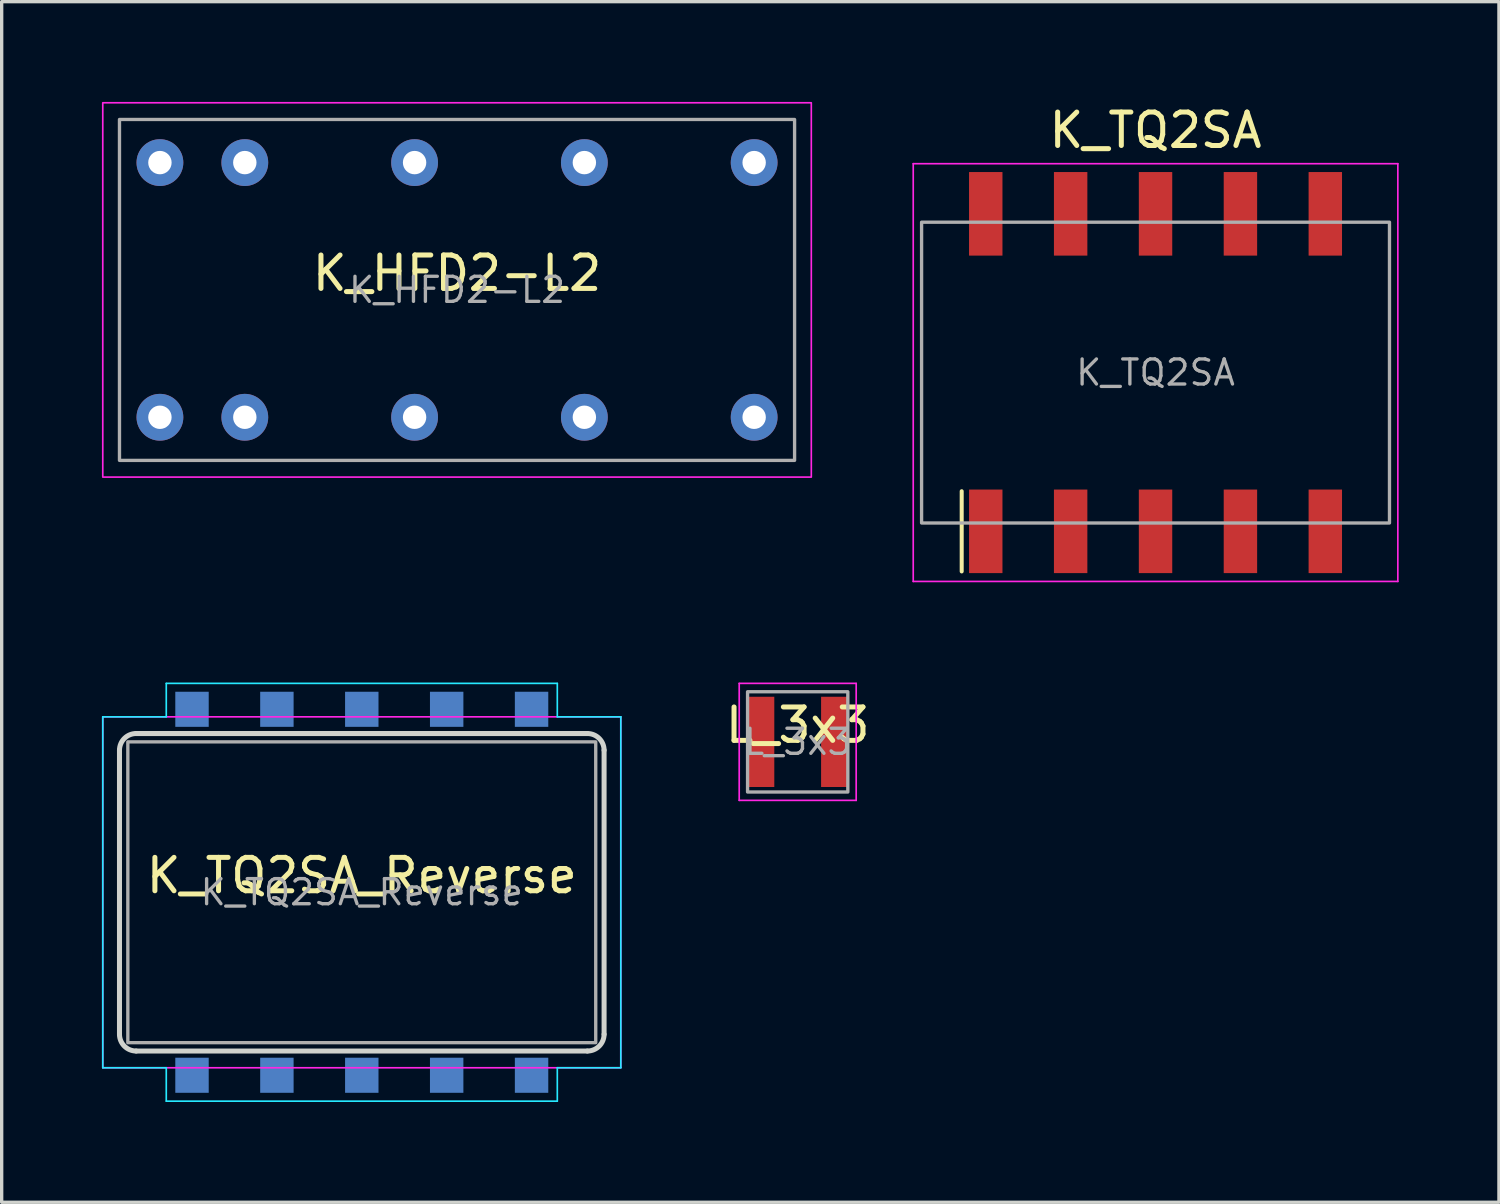
<source format=kicad_pcb>
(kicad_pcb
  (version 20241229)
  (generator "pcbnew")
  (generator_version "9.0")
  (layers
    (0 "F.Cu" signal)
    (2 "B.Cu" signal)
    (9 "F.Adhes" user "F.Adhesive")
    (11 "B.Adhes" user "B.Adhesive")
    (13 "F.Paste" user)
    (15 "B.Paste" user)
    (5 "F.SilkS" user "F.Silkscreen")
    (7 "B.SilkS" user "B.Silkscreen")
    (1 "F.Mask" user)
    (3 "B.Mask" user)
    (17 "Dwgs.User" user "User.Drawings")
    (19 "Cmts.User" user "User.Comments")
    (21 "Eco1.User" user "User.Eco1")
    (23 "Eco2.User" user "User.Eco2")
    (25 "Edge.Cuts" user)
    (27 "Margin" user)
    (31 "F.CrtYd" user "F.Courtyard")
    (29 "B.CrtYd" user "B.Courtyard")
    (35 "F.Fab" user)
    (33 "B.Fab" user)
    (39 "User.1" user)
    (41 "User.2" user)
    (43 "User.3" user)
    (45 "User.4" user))
  (footprint "K_TQ2SA_Reverse"
    (layer "F.Cu")
    (at 7.775 23.648)
    (property "Reference" "K_TQ2SA_Reverse" (at 0 -0.5 0) (unlocked yes) (layer "F.SilkS") (effects (font (size 1 1) (thickness 0.15))))
    (attr smd)
    (fp_line (start -7.25 -4.25) (end -7.25 4.25) (stroke (width 0.15) (type default)) (layer "Edge.Cuts"))
    (fp_line (start -6.75 4.75) (end 6.75 4.75) (stroke (width 0.15) (type default)) (layer "Edge.Cuts"))
    (fp_line (start 6.75 -4.75) (end -6.75 -4.75) (stroke (width 0.15) (type default)) (layer "Edge.Cuts"))
    (fp_line (start 7.25 4.25) (end 7.25 -4.25) (stroke (width 0.15) (type default)) (layer "Edge.Cuts"))
    (fp_arc (start -7.25 -4.25) (mid -7.103553 -4.603553) (end -6.75 -4.75) (stroke (width 0.15) (type default)) (layer "Edge.Cuts"))
    (fp_arc (start -6.75 4.75) (mid -7.103553 4.603553) (end -7.25 4.25) (stroke (width 0.15) (type default)) (layer "Edge.Cuts"))
    (fp_arc (start 6.75 -4.75) (mid 7.103553 -4.603553) (end 7.25 -4.25) (stroke (width 0.15) (type default)) (layer "Edge.Cuts"))
    (fp_arc (start 7.25 4.25) (mid 7.103553 4.603553) (end 6.75 4.75) (stroke (width 0.15) (type default)) (layer "Edge.Cuts"))
    (fp_line (start -7.75 -5.25) (end -7.75 5.25) (stroke (width 0.05) (type default)) (layer "B.CrtYd"))
    (fp_line (start -7.75 5.25) (end -5.85 5.25) (stroke (width 0.05) (type default)) (layer "B.CrtYd"))
    (fp_line (start -5.85 -6.25) (end -5.85 -5.25) (stroke (width 0.05) (type default)) (layer "B.CrtYd"))
    (fp_line (start -5.85 -6.25) (end 5.85 -6.25) (stroke (width 0.05) (type default)) (layer "B.CrtYd"))
    (fp_line (start -5.85 -5.25) (end -7.75 -5.25) (stroke (width 0.05) (type default)) (layer "B.CrtYd"))
    (fp_line (start -5.85 5.25) (end -5.85 6.25) (stroke (width 0.05) (type default)) (layer "B.CrtYd"))
    (fp_line (start 5.85 -6.25) (end 5.85 -5.25) (stroke (width 0.05) (type default)) (layer "B.CrtYd"))
    (fp_line (start 5.85 -5.25) (end 7.75 -5.25) (stroke (width 0.05) (type default)) (layer "B.CrtYd"))
    (fp_line (start 5.85 5.25) (end 5.85 6.25) (stroke (width 0.05) (type default)) (layer "B.CrtYd"))
    (fp_line (start 5.85 6.25) (end -5.85 6.25) (stroke (width 0.05) (type default)) (layer "B.CrtYd"))
    (fp_line (start 7.75 -5.25) (end 7.75 5.25) (stroke (width 0.05) (type default)) (layer "B.CrtYd"))
    (fp_line (start 7.75 5.25) (end 5.85 5.25) (stroke (width 0.05) (type default)) (layer "B.CrtYd"))
    (fp_rect (start -7.75 -5.25) (end 7.75 5.25) (stroke (width 0.05) (type default)) (fill no) (layer "F.CrtYd"))
    (fp_rect (start -7 4.5) (end 7 -4.5) (stroke (width 0.1) (type default)) (fill no) (layer "F.Fab"))
    (fp_text user "${REFERENCE}" (at 0 0 0) (layer "F.Fab") (effects (font (size 0.75 0.75) (thickness 0.1))))
    (pad "1" smd rect (at -5.08 5.475) (size 1 1.05) (layers "B.Cu" "B.Mask" "B.Paste"))
    (pad "2" smd rect (at -2.54 5.475) (size 1 1.05) (layers "B.Cu" "B.Mask" "B.Paste"))
    (pad "3" smd rect (at 0 5.475) (size 1 1.05) (layers "B.Cu" "B.Mask" "B.Paste"))
    (pad "4" smd rect (at 2.54 5.475) (size 1 1.05) (layers "B.Cu" "B.Mask" "B.Paste"))
    (pad "5" smd rect (at 5.08 5.475) (size 1 1.05) (layers "B.Cu" "B.Mask" "B.Paste"))
    (pad "6" smd rect (at 5.08 -5.475) (size 1 1.05) (layers "B.Cu" "B.Mask" "B.Paste"))
    (pad "7" smd rect (at 2.54 -5.475) (size 1 1.05) (layers "B.Cu" "B.Mask" "B.Paste"))
    (pad "8" smd rect (at 0 -5.475) (size 1 1.05) (layers "B.Cu" "B.Mask" "B.Paste"))
    (pad "9" smd rect (at -2.54 -5.475) (size 1 1.05) (layers "B.Cu" "B.Mask" "B.Paste"))
    (pad "10" smd rect (at -5.08 -5.475) (size 1 1.05) (layers "B.Cu" "B.Mask" "B.Paste")))
  (footprint "K_HFD2-L2"
    (layer "F.Cu")
    (at 10.625 5.625)
    (property "Reference" "K_HFD2-L2" (at 0 -0.5 0) (unlocked yes) (layer "F.SilkS") (effects (font (size 1 1) (thickness 0.15))))
    (attr through_hole)
    (fp_rect (start -10.6 5.6) (end 10.6 -5.6) (stroke (width 0.05) (type default)) (fill no) (layer "F.CrtYd"))
    (fp_rect (start -10.1 5.1) (end 10.1 -5.1) (stroke (width 0.1) (type default)) (fill no) (layer "F.Fab"))
    (fp_text user "${REFERENCE}" (at 0 0 0) (layer "F.Fab") (effects (font (size 0.75 0.75) (thickness 0.1))))
    (pad "1" thru_hole circle (at -8.89 3.81) (size 1.4 1.4) (drill 0.7) (layers "*.Cu" "*.Mask"))
    (pad "2" thru_hole circle (at -6.35 3.81) (size 1.4 1.4) (drill 0.7) (layers "*.Cu" "*.Mask"))
    (pad "4" thru_hole circle (at -1.27 3.81) (size 1.4 1.4) (drill 0.7) (layers "*.Cu" "*.Mask"))
    (pad "6" thru_hole circle (at 3.81 3.81) (size 1.4 1.4) (drill 0.7) (layers "*.Cu" "*.Mask"))
    (pad "8" thru_hole circle (at 8.89 3.81) (size 1.4 1.4) (drill 0.7) (layers "*.Cu" "*.Mask"))
    (pad "9" thru_hole circle (at 8.89 -3.81) (size 1.4 1.4) (drill 0.7) (layers "*.Cu" "*.Mask"))
    (pad "11" thru_hole circle (at 3.81 -3.81) (size 1.4 1.4) (drill 0.7) (layers "*.Cu" "*.Mask"))
    (pad "13" thru_hole circle (at -1.27 -3.81) (size 1.4 1.4) (drill 0.7) (layers "*.Cu" "*.Mask"))
    (pad "15" thru_hole circle (at -6.35 -3.81) (size 1.4 1.4) (drill 0.7) (layers "*.Cu" "*.Mask"))
    (pad "16" thru_hole circle (at -8.89 -3.81) (size 1.4 1.4) (drill 0.7) (layers "*.Cu" "*.Mask")))
  (footprint "L_3x3"
    (layer "F.Cu")
    (at 20.818 19.148)
    (property "Reference" "L_3x3" (at 0 -0.5 0) (unlocked yes) (layer "F.SilkS") (effects (font (size 1 1) (thickness 0.15))))
    (attr smd)
    (fp_line (start -1.75 -1.75) (end -1.75 1.75) (stroke (width 0.05) (type default)) (layer "F.CrtYd"))
    (fp_line (start -1.75 1.75) (end 1.75 1.75) (stroke (width 0.05) (type default)) (layer "F.CrtYd"))
    (fp_line (start 1.75 -1.75) (end -1.75 -1.75) (stroke (width 0.05) (type default)) (layer "F.CrtYd"))
    (fp_line (start 1.75 1.75) (end 1.75 -1.75) (stroke (width 0.05) (type default)) (layer "F.CrtYd"))
    (fp_rect (start -1.5 1.5) (end 1.5 -1.5) (stroke (width 0.1) (type default)) (fill no) (layer "F.Fab"))
    (fp_text user "${REFERENCE}" (at 0 0 0) (unlocked yes) (layer "F.Fab") (effects (font (size 0.75 0.75) (thickness 0.1))))
    (pad "1" smd rect (at -1.1 0) (size 0.8 2.7) (layers "F.Cu" "F.Mask" "F.Paste"))
    (pad "2" smd rect (at 1.1 0) (size 0.8 2.7) (layers "F.Cu" "F.Mask" "F.Paste")))
  (footprint "K_TQ2SA"
    (layer "F.Cu")
    (at 31.525 8.098)
    (property "Reference" "K_TQ2SA" (at 0 -7.25 0) (unlocked yes) (layer "F.SilkS") (effects (font (size 1 1) (thickness 0.15))))
    (attr smd)
    (fp_line (start -5.8 5.95) (end -5.8 3.55) (stroke (width 0.12) (type default)) (layer "F.SilkS"))
    (fp_line (start -7.25 -6.25) (end -7.25 6.25) (stroke (width 0.05) (type default)) (layer "F.CrtYd"))
    (fp_line (start 7.25 -6.25) (end -7.25 -6.25) (stroke (width 0.05) (type default)) (layer "F.CrtYd"))
    (fp_line (start 7.25 -6.25) (end 7.25 6.25) (stroke (width 0.05) (type default)) (layer "F.CrtYd"))
    (fp_line (start 7.25 6.25) (end -7.25 6.25) (stroke (width 0.05) (type default)) (layer "F.CrtYd"))
    (fp_rect (start -7 4.5) (end 7 -4.5) (stroke (width 0.1) (type default)) (fill no) (layer "F.Fab"))
    (fp_text user "${REFERENCE}" (at 0 0 0) (layer "F.Fab") (effects (font (size 0.75 0.75) (thickness 0.1))))
    (pad "1" smd rect (at -5.08 4.75) (size 1 2.5) (layers "F.Cu" "F.Mask" "F.Paste"))
    (pad "2" smd rect (at -2.54 4.75) (size 1 2.5) (layers "F.Cu" "F.Mask" "F.Paste"))
    (pad "3" smd rect (at 0 4.75) (size 1 2.5) (layers "F.Cu" "F.Mask" "F.Paste"))
    (pad "4" smd rect (at 2.54 4.75) (size 1 2.5) (layers "F.Cu" "F.Mask" "F.Paste"))
    (pad "5" smd rect (at 5.08 4.75) (size 1 2.5) (layers "F.Cu" "F.Mask" "F.Paste"))
    (pad "6" smd rect (at 5.08 -4.75) (size 1 2.5) (layers "F.Cu" "F.Mask" "F.Paste"))
    (pad "7" smd rect (at 2.54 -4.75) (size 1 2.5) (layers "F.Cu" "F.Mask" "F.Paste"))
    (pad "8" smd rect (at 0 -4.75) (size 1 2.5) (layers "F.Cu" "F.Mask" "F.Paste"))
    (pad "9" smd rect (at -2.54 -4.75) (size 1 2.5) (layers "F.Cu" "F.Mask" "F.Paste"))
    (pad "10" smd rect (at -5.08 -4.75) (size 1 2.5) (layers "F.Cu" "F.Mask" "F.Paste")))
  (gr_rect
    (start -3 -3)
    (end 41.8 32.923)
    (stroke (width 0.1) (type default))
    (fill no)
    (layer "Edge.Cuts")))
</source>
